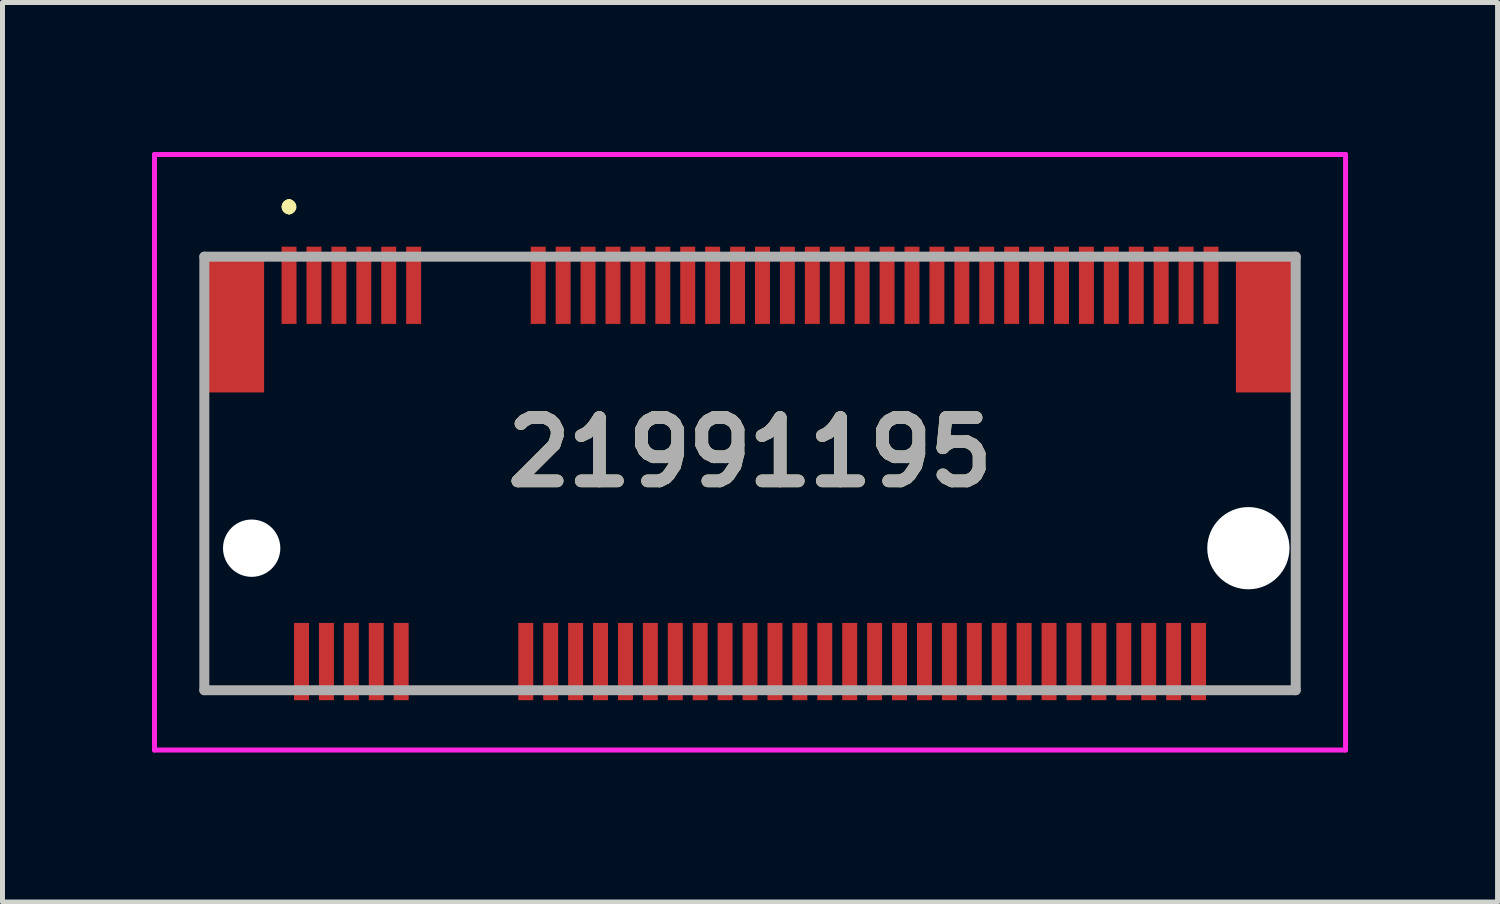
<source format=kicad_pcb>
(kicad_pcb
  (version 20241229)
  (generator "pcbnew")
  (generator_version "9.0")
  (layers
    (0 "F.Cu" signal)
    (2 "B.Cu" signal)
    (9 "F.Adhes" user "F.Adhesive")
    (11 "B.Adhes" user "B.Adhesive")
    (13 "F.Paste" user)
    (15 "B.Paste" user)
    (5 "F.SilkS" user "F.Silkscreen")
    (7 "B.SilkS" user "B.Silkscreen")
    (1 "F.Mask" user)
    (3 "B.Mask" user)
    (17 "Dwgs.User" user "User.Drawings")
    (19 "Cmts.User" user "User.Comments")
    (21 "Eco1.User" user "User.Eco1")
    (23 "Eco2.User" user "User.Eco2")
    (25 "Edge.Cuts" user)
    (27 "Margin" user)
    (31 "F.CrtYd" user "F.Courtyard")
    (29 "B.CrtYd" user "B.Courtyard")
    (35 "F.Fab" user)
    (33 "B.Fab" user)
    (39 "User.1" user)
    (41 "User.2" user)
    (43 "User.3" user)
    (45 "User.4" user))
  (footprint "21991195"
    (layer "F.Cu")
    (at 12 6.45)
    (property "Reference" "21991195" (at 0 -0.425 0) (layer "F.SilkS") (effects (font (size 1.27 1.27) (thickness 0.254))))
    (attr through_hole)
    (fp_line (start -10.95 -1) (end -10.95 -1) (stroke (width 0.1) (type solid)) (layer "F.SilkS"))
    (fp_line (start -10.95 -1) (end -10.95 0.25) (stroke (width 0.1) (type solid)) (layer "F.SilkS"))
    (fp_line (start -10.95 0.25) (end -10.95 -1) (stroke (width 0.1) (type solid)) (layer "F.SilkS"))
    (fp_line (start -10.95 0.25) (end -10.95 0.25) (stroke (width 0.1) (type solid)) (layer "F.SilkS"))
    (fp_line (start -10.95 2.75) (end -10.95 2.75) (stroke (width 0.1) (type solid)) (layer "F.SilkS"))
    (fp_line (start -10.95 2.75) (end -10.95 4.35) (stroke (width 0.1) (type solid)) (layer "F.SilkS"))
    (fp_line (start -10.95 4.35) (end -10.95 2.75) (stroke (width 0.1) (type solid)) (layer "F.SilkS"))
    (fp_line (start -10.95 4.35) (end -10.95 4.35) (stroke (width 0.1) (type solid)) (layer "F.SilkS"))
    (fp_line (start -10.95 4.35) (end -10.95 4.35) (stroke (width 0.1) (type solid)) (layer "F.SilkS"))
    (fp_line (start -10.95 4.35) (end -9.75 4.35) (stroke (width 0.1) (type solid)) (layer "F.SilkS"))
    (fp_line (start -9.75 4.35) (end -10.95 4.35) (stroke (width 0.1) (type solid)) (layer "F.SilkS"))
    (fp_line (start -9.75 4.35) (end -9.75 4.35) (stroke (width 0.1) (type solid)) (layer "F.SilkS"))
    (fp_line (start -9.25 -5.4) (end -9.25 -5.4) (stroke (width 0.2) (type solid)) (layer "F.SilkS"))
    (fp_line (start -9.25 -5.4) (end -9.25 -5.4) (stroke (width 0.2) (type solid)) (layer "F.SilkS"))
    (fp_line (start -9.25 -5.3) (end -9.25 -5.3) (stroke (width 0.2) (type solid)) (layer "F.SilkS"))
    (fp_line (start -6.25 4.35) (end -6.25 4.35) (stroke (width 0.1) (type solid)) (layer "F.SilkS"))
    (fp_line (start -6.25 4.35) (end -5.25 4.35) (stroke (width 0.1) (type solid)) (layer "F.SilkS"))
    (fp_line (start -6 -4.35) (end -6 -4.35) (stroke (width 0.1) (type solid)) (layer "F.SilkS"))
    (fp_line (start -6 -4.35) (end -5 -4.35) (stroke (width 0.1) (type solid)) (layer "F.SilkS"))
    (fp_line (start -5.25 4.35) (end -6.25 4.35) (stroke (width 0.1) (type solid)) (layer "F.SilkS"))
    (fp_line (start -5.25 4.35) (end -5.25 4.35) (stroke (width 0.1) (type solid)) (layer "F.SilkS"))
    (fp_line (start -5 -4.35) (end -6 -4.35) (stroke (width 0.1) (type solid)) (layer "F.SilkS"))
    (fp_line (start -5 -4.35) (end -5 -4.35) (stroke (width 0.1) (type solid)) (layer "F.SilkS"))
    (fp_line (start 9.75 4.35) (end 9.75 4.35) (stroke (width 0.1) (type solid)) (layer "F.SilkS"))
    (fp_line (start 9.75 4.35) (end 10.95 4.35) (stroke (width 0.1) (type solid)) (layer "F.SilkS"))
    (fp_line (start 10.95 -1) (end 10.95 -1) (stroke (width 0.1) (type solid)) (layer "F.SilkS"))
    (fp_line (start 10.95 -1) (end 10.95 0) (stroke (width 0.1) (type solid)) (layer "F.SilkS"))
    (fp_line (start 10.95 0) (end 10.95 -1) (stroke (width 0.1) (type solid)) (layer "F.SilkS"))
    (fp_line (start 10.95 0) (end 10.95 0) (stroke (width 0.1) (type solid)) (layer "F.SilkS"))
    (fp_line (start 10.95 3) (end 10.95 3) (stroke (width 0.1) (type solid)) (layer "F.SilkS"))
    (fp_line (start 10.95 3) (end 10.95 4.35) (stroke (width 0.1) (type solid)) (layer "F.SilkS"))
    (fp_line (start 10.95 4.35) (end 9.75 4.35) (stroke (width 0.1) (type solid)) (layer "F.SilkS"))
    (fp_line (start 10.95 4.35) (end 10.95 3) (stroke (width 0.1) (type solid)) (layer "F.SilkS"))
    (fp_line (start 10.95 4.35) (end 10.95 4.35) (stroke (width 0.1) (type solid)) (layer "F.SilkS"))
    (fp_line (start 10.95 4.35) (end 10.95 4.35) (stroke (width 0.1) (type solid)) (layer "F.SilkS"))
    (fp_arc (start -9.25 -5.4) (mid -9.2 -5.35) (end -9.25 -5.3) (stroke (width 0.2) (type solid)) (layer "F.SilkS"))
    (fp_arc (start -9.25 -5.3) (mid -9.3 -5.35) (end -9.25 -5.4) (stroke (width 0.2) (type solid)) (layer "F.SilkS"))
    (fp_arc (start -9.25 -5.3) (mid -9.3 -5.35) (end -9.25 -5.4) (stroke (width 0.2) (type solid)) (layer "F.SilkS"))
    (fp_line (start -11.95 -6.4) (end 11.95 -6.4) (stroke (width 0.1) (type solid)) (layer "F.CrtYd"))
    (fp_line (start -11.95 5.55) (end -11.95 -6.4) (stroke (width 0.1) (type solid)) (layer "F.CrtYd"))
    (fp_line (start 11.95 -6.4) (end 11.95 5.55) (stroke (width 0.1) (type solid)) (layer "F.CrtYd"))
    (fp_line (start 11.95 5.55) (end -11.95 5.55) (stroke (width 0.1) (type solid)) (layer "F.CrtYd"))
    (fp_line (start -10.95 -4.35) (end -10.95 4.35) (stroke (width 0.2) (type solid)) (layer "F.Fab"))
    (fp_line (start -10.95 4.35) (end 10.95 4.35) (stroke (width 0.2) (type solid)) (layer "F.Fab"))
    (fp_line (start 10.95 -4.35) (end -10.95 -4.35) (stroke (width 0.2) (type solid)) (layer "F.Fab"))
    (fp_line (start 10.95 4.35) (end 10.95 -4.35) (stroke (width 0.2) (type solid)) (layer "F.Fab"))
    (fp_text user "${REFERENCE}" (at 0 -0.425 0) (layer "F.Fab") (effects (font (size 1.27 1.27) (thickness 0.254))))
    (pad "" np_thru_hole circle (at -10 1.5) (size 1.15 1.15) (drill 1.15) (layers "*.Cu" "*.Mask"))
    (pad "" np_thru_hole circle (at 10 1.5) (size 1.65 1.65) (drill 1.65) (layers "*.Cu" "*.Mask"))
    (pad "1" smd rect (at -9.25 -3.775) (size 0.3 1.55) (layers "F.Cu" "F.Mask" "F.Paste"))
    (pad "2" smd rect (at -9 3.775) (size 0.3 1.55) (layers "F.Cu" "F.Mask" "F.Paste"))
    (pad "3" smd rect (at -8.75 -3.775) (size 0.3 1.55) (layers "F.Cu" "F.Mask" "F.Paste"))
    (pad "4" smd rect (at -8.5 3.775) (size 0.3 1.55) (layers "F.Cu" "F.Mask" "F.Paste"))
    (pad "5" smd rect (at -8.25 -3.775) (size 0.3 1.55) (layers "F.Cu" "F.Mask" "F.Paste"))
    (pad "6" smd rect (at -8 3.775) (size 0.3 1.55) (layers "F.Cu" "F.Mask" "F.Paste"))
    (pad "7" smd rect (at -7.75 -3.775) (size 0.3 1.55) (layers "F.Cu" "F.Mask" "F.Paste"))
    (pad "8" smd rect (at -7.5 3.775) (size 0.3 1.55) (layers "F.Cu" "F.Mask" "F.Paste"))
    (pad "9" smd rect (at -7.25 -3.775) (size 0.3 1.55) (layers "F.Cu" "F.Mask" "F.Paste"))
    (pad "10" smd rect (at -7 3.775) (size 0.3 1.55) (layers "F.Cu" "F.Mask" "F.Paste"))
    (pad "11" smd rect (at -6.75 -3.775) (size 0.3 1.55) (layers "F.Cu" "F.Mask" "F.Paste"))
    (pad "20" smd rect (at -4.5 3.775) (size 0.3 1.55) (layers "F.Cu" "F.Mask" "F.Paste"))
    (pad "21" smd rect (at -4.25 -3.775) (size 0.3 1.55) (layers "F.Cu" "F.Mask" "F.Paste"))
    (pad "22" smd rect (at -4 3.775) (size 0.3 1.55) (layers "F.Cu" "F.Mask" "F.Paste"))
    (pad "23" smd rect (at -3.75 -3.775) (size 0.3 1.55) (layers "F.Cu" "F.Mask" "F.Paste"))
    (pad "24" smd rect (at -3.5 3.775) (size 0.3 1.55) (layers "F.Cu" "F.Mask" "F.Paste"))
    (pad "25" smd rect (at -3.25 -3.775) (size 0.3 1.55) (layers "F.Cu" "F.Mask" "F.Paste"))
    (pad "26" smd rect (at -3 3.775) (size 0.3 1.55) (layers "F.Cu" "F.Mask" "F.Paste"))
    (pad "27" smd rect (at -2.75 -3.775) (size 0.3 1.55) (layers "F.Cu" "F.Mask" "F.Paste"))
    (pad "28" smd rect (at -2.5 3.775) (size 0.3 1.55) (layers "F.Cu" "F.Mask" "F.Paste"))
    (pad "29" smd rect (at -2.25 -3.775) (size 0.3 1.55) (layers "F.Cu" "F.Mask" "F.Paste"))
    (pad "30" smd rect (at -2 3.775) (size 0.3 1.55) (layers "F.Cu" "F.Mask" "F.Paste"))
    (pad "31" smd rect (at -1.75 -3.775) (size 0.3 1.55) (layers "F.Cu" "F.Mask" "F.Paste"))
    (pad "32" smd rect (at -1.5 3.775) (size 0.3 1.55) (layers "F.Cu" "F.Mask" "F.Paste"))
    (pad "33" smd rect (at -1.25 -3.775) (size 0.3 1.55) (layers "F.Cu" "F.Mask" "F.Paste"))
    (pad "34" smd rect (at -1 3.775) (size 0.3 1.55) (layers "F.Cu" "F.Mask" "F.Paste"))
    (pad "35" smd rect (at -0.75 -3.775) (size 0.3 1.55) (layers "F.Cu" "F.Mask" "F.Paste"))
    (pad "36" smd rect (at -0.5 3.775) (size 0.3 1.55) (layers "F.Cu" "F.Mask" "F.Paste"))
    (pad "37" smd rect (at -0.25 -3.775) (size 0.3 1.55) (layers "F.Cu" "F.Mask" "F.Paste"))
    (pad "38" smd rect (at 0 3.775) (size 0.3 1.55) (layers "F.Cu" "F.Mask" "F.Paste"))
    (pad "39" smd rect (at 0.25 -3.775) (size 0.3 1.55) (layers "F.Cu" "F.Mask" "F.Paste"))
    (pad "40" smd rect (at 0.5 3.775) (size 0.3 1.55) (layers "F.Cu" "F.Mask" "F.Paste"))
    (pad "41" smd rect (at 0.75 -3.775) (size 0.3 1.55) (layers "F.Cu" "F.Mask" "F.Paste"))
    (pad "42" smd rect (at 1 3.775) (size 0.3 1.55) (layers "F.Cu" "F.Mask" "F.Paste"))
    (pad "43" smd rect (at 1.25 -3.775) (size 0.3 1.55) (layers "F.Cu" "F.Mask" "F.Paste"))
    (pad "44" smd rect (at 1.5 3.775) (size 0.3 1.55) (layers "F.Cu" "F.Mask" "F.Paste"))
    (pad "45" smd rect (at 1.75 -3.775) (size 0.3 1.55) (layers "F.Cu" "F.Mask" "F.Paste"))
    (pad "46" smd rect (at 2 3.775) (size 0.3 1.55) (layers "F.Cu" "F.Mask" "F.Paste"))
    (pad "47" smd rect (at 2.25 -3.775) (size 0.3 1.55) (layers "F.Cu" "F.Mask" "F.Paste"))
    (pad "48" smd rect (at 2.5 3.775) (size 0.3 1.55) (layers "F.Cu" "F.Mask" "F.Paste"))
    (pad "49" smd rect (at 2.75 -3.775) (size 0.3 1.55) (layers "F.Cu" "F.Mask" "F.Paste"))
    (pad "50" smd rect (at 3 3.775) (size 0.3 1.55) (layers "F.Cu" "F.Mask" "F.Paste"))
    (pad "51" smd rect (at 3.25 -3.775) (size 0.3 1.55) (layers "F.Cu" "F.Mask" "F.Paste"))
    (pad "52" smd rect (at 3.5 3.775) (size 0.3 1.55) (layers "F.Cu" "F.Mask" "F.Paste"))
    (pad "53" smd rect (at 3.75 -3.775) (size 0.3 1.55) (layers "F.Cu" "F.Mask" "F.Paste"))
    (pad "54" smd rect (at 4 3.775) (size 0.3 1.55) (layers "F.Cu" "F.Mask" "F.Paste"))
    (pad "55" smd rect (at 4.25 -3.775) (size 0.3 1.55) (layers "F.Cu" "F.Mask" "F.Paste"))
    (pad "56" smd rect (at 4.5 3.775) (size 0.3 1.55) (layers "F.Cu" "F.Mask" "F.Paste"))
    (pad "57" smd rect (at 4.75 -3.775) (size 0.3 1.55) (layers "F.Cu" "F.Mask" "F.Paste"))
    (pad "58" smd rect (at 5 3.775) (size 0.3 1.55) (layers "F.Cu" "F.Mask" "F.Paste"))
    (pad "59" smd rect (at 5.25 -3.775) (size 0.3 1.55) (layers "F.Cu" "F.Mask" "F.Paste"))
    (pad "60" smd rect (at 5.5 3.775) (size 0.3 1.55) (layers "F.Cu" "F.Mask" "F.Paste"))
    (pad "61" smd rect (at 5.75 -3.775) (size 0.3 1.55) (layers "F.Cu" "F.Mask" "F.Paste"))
    (pad "62" smd rect (at 6 3.775) (size 0.3 1.55) (layers "F.Cu" "F.Mask" "F.Paste"))
    (pad "63" smd rect (at 6.25 -3.775) (size 0.3 1.55) (layers "F.Cu" "F.Mask" "F.Paste"))
    (pad "64" smd rect (at 6.5 3.775) (size 0.3 1.55) (layers "F.Cu" "F.Mask" "F.Paste"))
    (pad "65" smd rect (at 6.75 -3.775) (size 0.3 1.55) (layers "F.Cu" "F.Mask" "F.Paste"))
    (pad "66" smd rect (at 7 3.775) (size 0.3 1.55) (layers "F.Cu" "F.Mask" "F.Paste"))
    (pad "67" smd rect (at 7.25 -3.775) (size 0.3 1.55) (layers "F.Cu" "F.Mask" "F.Paste"))
    (pad "68" smd rect (at 7.5 3.775) (size 0.3 1.55) (layers "F.Cu" "F.Mask" "F.Paste"))
    (pad "69" smd rect (at 7.75 -3.775) (size 0.3 1.55) (layers "F.Cu" "F.Mask" "F.Paste"))
    (pad "70" smd rect (at 8 3.775) (size 0.3 1.55) (layers "F.Cu" "F.Mask" "F.Paste"))
    (pad "71" smd rect (at 8.25 -3.775) (size 0.3 1.55) (layers "F.Cu" "F.Mask" "F.Paste"))
    (pad "72" smd rect (at 8.5 3.775) (size 0.3 1.55) (layers "F.Cu" "F.Mask" "F.Paste"))
    (pad "73" smd rect (at 8.75 -3.775) (size 0.3 1.55) (layers "F.Cu" "F.Mask" "F.Paste"))
    (pad "74" smd rect (at 9 3.775) (size 0.3 1.55) (layers "F.Cu" "F.Mask" "F.Paste"))
    (pad "75" smd rect (at 9.25 -3.775) (size 0.3 1.55) (layers "F.Cu" "F.Mask" "F.Paste"))
    (pad "76" smd rect (at -10.35 -3) (size 1.2 2.75) (layers "F.Cu" "F.Mask" "F.Paste"))
    (pad "77" smd rect (at 10.35 -3) (size 1.2 2.75) (layers "F.Cu" "F.Mask" "F.Paste")))
  (gr_rect
    (start -3 -3)
    (end 27 15.05)
    (stroke (width 0.1) (type default))
    (fill no)
    (layer "Edge.Cuts")))
</source>
